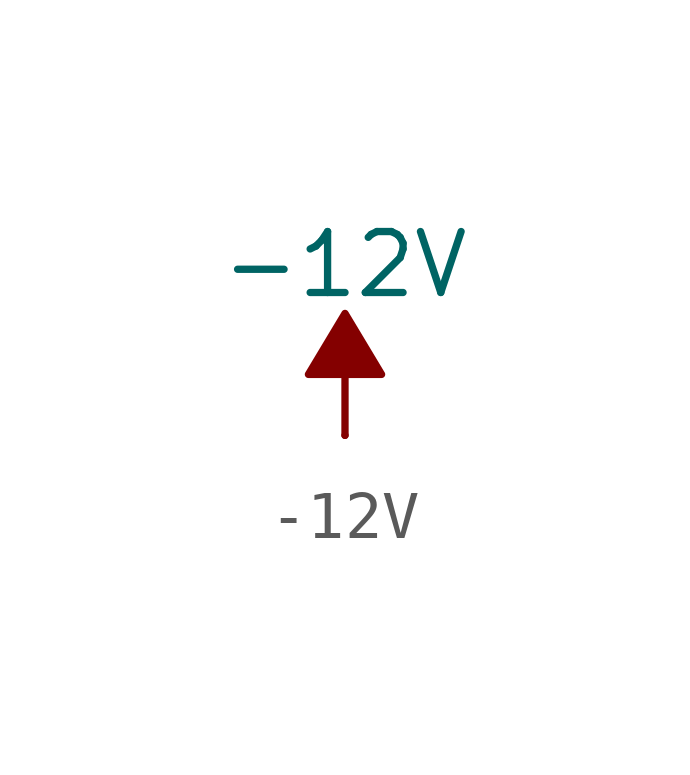
<source format=kicad_sym>
(kicad_symbol_lib
  (version 20241209)
  (generator "kicad_symbol_editor")
  (generator_version "9.0")
  (symbol "-12V"
    (power)
    (pin_numbers
      (hide yes))
    (pin_names
      (offset 0)
      (hide yes))
    (property "Reference" "#PWR"
      (at 0 -3.81 0)
      (effects (font (size 1.27 1.27)) (hide yes)))
    (property "Value" "-12V"
      (at 0 3.556 0)
      (effects (font (size 1.27 1.27))))
    (symbol "-12V_0_0"
      (pin power_in line (at 0 0 90) (length 0) (name "~" (effects (font (size 1.27 1.27)))) (number "1" (effects (font (size 1.27 1.27))))))
    (symbol "-12V_0_1"
      (polyline (pts (xy 0 0) (xy 0 1.27) (xy 0.762 1.27) (xy 0 2.54) (xy -0.762 1.27) (xy 0 1.27)) (stroke (width 0) (type default)) (fill (type outline))))))
</source>
